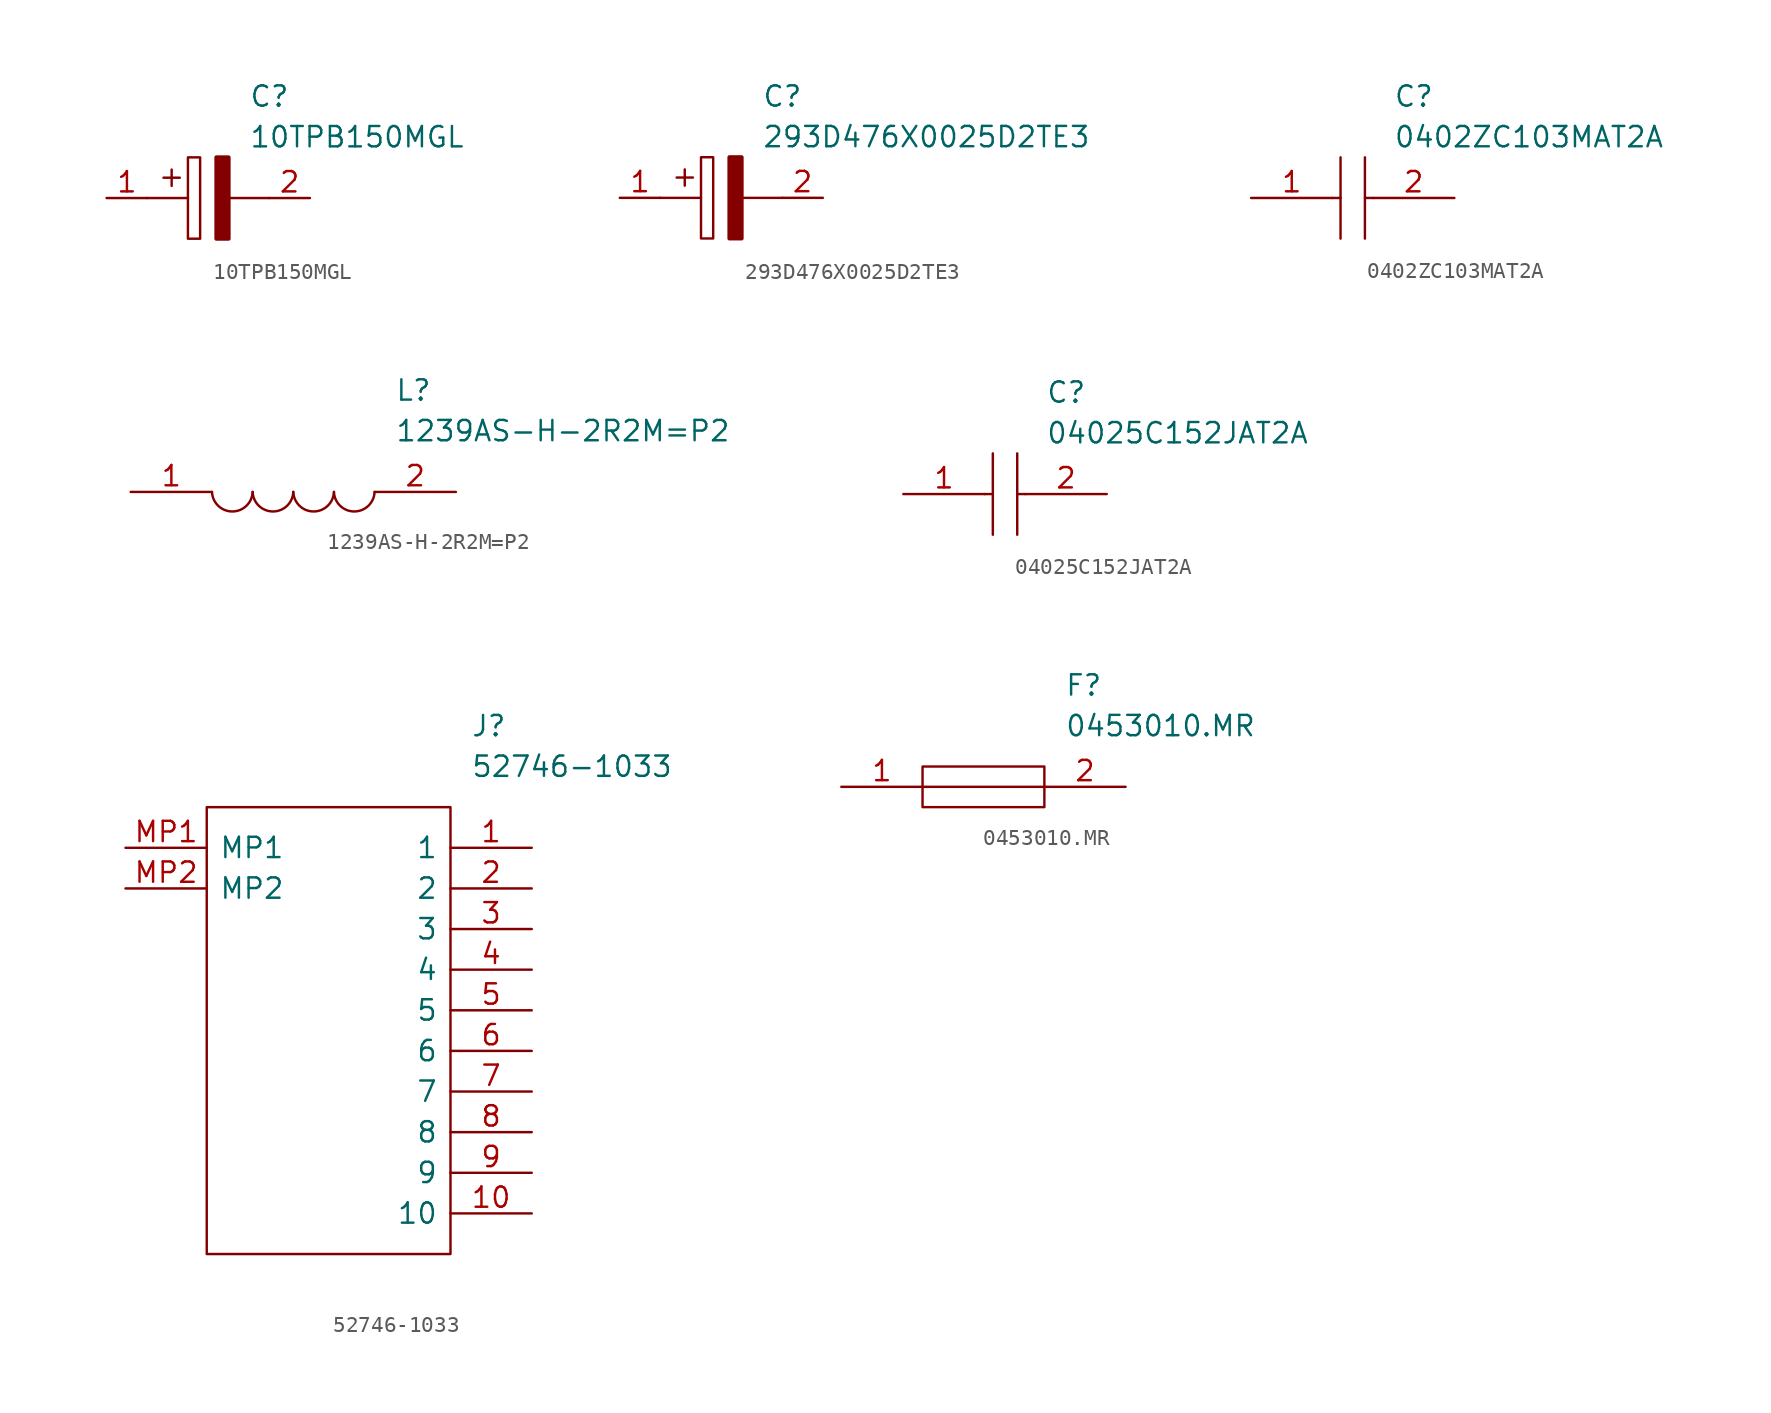
<source format=kicad_sym>
(kicad_symbol_lib
  (version 20211014)
  (generator kicad_symbol_editor)
  (symbol "10TPB150MGL"
    (pin_names
      (offset 0.762))
    (property "Reference" "C"
      (at 8.89 6.35 0)
      (effects (font (size 1.27 1.27)) (justify left)))
    (property "Value" "10TPB150MGL"
      (at 8.89 3.81 0)
      (effects (font (size 1.27 1.27)) (justify left)))
    (symbol "10TPB150MGL_0_0"
      (pin passive line (at 0 0 0) (length 2.54) (name "~" (effects (font (size 1.27 1.27)))) (number "1" (effects (font (size 1.27 1.27)))))
      (pin passive line (at 12.7 0 180) (length 2.54) (name "~" (effects (font (size 1.27 1.27)))) (number "2" (effects (font (size 1.27 1.27))))))
    (symbol "10TPB150MGL_0_1"
      (polyline (pts (xy 2.54 0) (xy 5.08 0)) (stroke (width 0.152) (type default) (color 0 0 0 0)) (fill (type none)))
      (polyline (pts (xy 4.064 1.778) (xy 4.064 0.762)) (stroke (width 0.152) (type default) (color 0 0 0 0)) (fill (type none)))
      (polyline (pts (xy 4.572 1.27) (xy 3.556 1.27)) (stroke (width 0.152) (type default) (color 0 0 0 0)) (fill (type none)))
      (polyline (pts (xy 7.62 0) (xy 10.16 0)) (stroke (width 0.152) (type default) (color 0 0 0 0)) (fill (type none)))
      (polyline (pts (xy 5.08 2.54) (xy 5.08 -2.54) (xy 5.842 -2.54) (xy 5.842 2.54) (xy 5.08 2.54)) (stroke (width 0.152) (type default) (color 0 0 0 0)) (fill (type none)))
      (polyline (pts (xy 7.62 2.54) (xy 7.62 -2.54) (xy 6.858 -2.54) (xy 6.858 2.54) (xy 7.62 2.54)) (stroke (width 0.254) (type default) (color 0 0 0 0)) (fill (type outline)))))
  (symbol "293D476X0025D2TE3"
    (pin_names
      (offset 0.762))
    (property "Reference" "C"
      (at 8.89 6.35 0)
      (effects (font (size 1.27 1.27)) (justify left)))
    (property "Value" "293D476X0025D2TE3"
      (at 8.89 3.81 0)
      (effects (font (size 1.27 1.27)) (justify left)))
    (symbol "293D476X0025D2TE3_0_0"
      (pin passive line (at 0 0 0) (length 2.54) (name "~" (effects (font (size 1.27 1.27)))) (number "1" (effects (font (size 1.27 1.27)))))
      (pin passive line (at 12.7 0 180) (length 2.54) (name "~" (effects (font (size 1.27 1.27)))) (number "2" (effects (font (size 1.27 1.27))))))
    (symbol "293D476X0025D2TE3_0_1"
      (polyline (pts (xy 2.54 0) (xy 5.08 0)) (stroke (width 0.152) (type default) (color 0 0 0 0)) (fill (type none)))
      (polyline (pts (xy 4.064 1.778) (xy 4.064 0.762)) (stroke (width 0.152) (type default) (color 0 0 0 0)) (fill (type none)))
      (polyline (pts (xy 4.572 1.27) (xy 3.556 1.27)) (stroke (width 0.152) (type default) (color 0 0 0 0)) (fill (type none)))
      (polyline (pts (xy 7.62 0) (xy 10.16 0)) (stroke (width 0.152) (type default) (color 0 0 0 0)) (fill (type none)))
      (polyline (pts (xy 5.08 2.54) (xy 5.08 -2.54) (xy 5.842 -2.54) (xy 5.842 2.54) (xy 5.08 2.54)) (stroke (width 0.152) (type default) (color 0 0 0 0)) (fill (type none)))
      (polyline (pts (xy 7.62 2.54) (xy 7.62 -2.54) (xy 6.858 -2.54) (xy 6.858 2.54) (xy 7.62 2.54)) (stroke (width 0.254) (type default) (color 0 0 0 0)) (fill (type outline)))))
  (symbol "0402ZC103MAT2A"
    (pin_names
      (offset 0.762))
    (property "Reference" "C"
      (at 8.89 6.35 0)
      (effects (font (size 1.27 1.27)) (justify left)))
    (property "Value" "0402ZC103MAT2A"
      (at 8.89 3.81 0)
      (effects (font (size 1.27 1.27)) (justify left)))
    (symbol "0402ZC103MAT2A_0_0"
      (pin passive line (at 0 0 0) (length 5.08) (name "~" (effects (font (size 1.27 1.27)))) (number "1" (effects (font (size 1.27 1.27)))))
      (pin passive line (at 12.7 0 180) (length 5.08) (name "~" (effects (font (size 1.27 1.27)))) (number "2" (effects (font (size 1.27 1.27))))))
    (symbol "0402ZC103MAT2A_0_1"
      (polyline (pts (xy 5.08 0) (xy 5.588 0)) (stroke (width 0.152) (type default) (color 0 0 0 0)) (fill (type none)))
      (polyline (pts (xy 5.588 2.54) (xy 5.588 -2.54)) (stroke (width 0.152) (type default) (color 0 0 0 0)) (fill (type none)))
      (polyline (pts (xy 7.112 0) (xy 7.62 0)) (stroke (width 0.152) (type default) (color 0 0 0 0)) (fill (type none)))
      (polyline (pts (xy 7.112 2.54) (xy 7.112 -2.54)) (stroke (width 0.152) (type default) (color 0 0 0 0)) (fill (type none)))))
  (symbol "1239AS-H-2R2M=P2"
    (pin_names
      (offset 0.762))
    (property "Reference" "L"
      (at 16.51 6.35 0)
      (effects (font (size 1.27 1.27)) (justify left)))
    (property "Value" "1239AS-H-2R2M=P2"
      (at 16.51 3.81 0)
      (effects (font (size 1.27 1.27)) (justify left)))
    (symbol "1239AS-H-2R2M=P2_0_0"
      (pin passive line (at 0 0 0) (length 5.08) (name "~" (effects (font (size 1.27 1.27)))) (number "1" (effects (font (size 1.27 1.27)))))
      (pin passive line (at 20.32 0 180) (length 5.08) (name "~" (effects (font (size 1.27 1.27)))) (number "2" (effects (font (size 1.27 1.27))))))
    (symbol "1239AS-H-2R2M=P2_0_1"
      (arc (start 5.08 0) (mid 6.35 -1.3218) (end 7.62 0) (stroke (width 0.1524) (type default) (color 0 0 0 0)) (fill (type none)))
      (arc (start 7.62 0) (mid 8.89 -1.3218) (end 10.16 0) (stroke (width 0.1524) (type default) (color 0 0 0 0)) (fill (type none)))
      (arc (start 10.16 0) (mid 11.43 -1.3218) (end 12.7 0) (stroke (width 0.1524) (type default) (color 0 0 0 0)) (fill (type none)))
      (arc (start 12.7 0) (mid 13.97 -1.3218) (end 15.24 0) (stroke (width 0.1524) (type default) (color 0 0 0 0)) (fill (type none)))))
  (symbol "04025C152JAT2A"
    (pin_names
      (offset 0.762))
    (property "Reference" "C"
      (at 8.89 6.35 0)
      (effects (font (size 1.27 1.27)) (justify left)))
    (property "Value" "04025C152JAT2A"
      (at 8.89 3.81 0)
      (effects (font (size 1.27 1.27)) (justify left)))
    (symbol "04025C152JAT2A_0_0"
      (pin passive line (at 0 0 0) (length 5.08) (name "~" (effects (font (size 1.27 1.27)))) (number "1" (effects (font (size 1.27 1.27)))))
      (pin passive line (at 12.7 0 180) (length 5.08) (name "~" (effects (font (size 1.27 1.27)))) (number "2" (effects (font (size 1.27 1.27))))))
    (symbol "04025C152JAT2A_0_1"
      (polyline (pts (xy 5.08 0) (xy 5.588 0)) (stroke (width 0.152) (type default) (color 0 0 0 0)) (fill (type none)))
      (polyline (pts (xy 5.588 2.54) (xy 5.588 -2.54)) (stroke (width 0.152) (type default) (color 0 0 0 0)) (fill (type none)))
      (polyline (pts (xy 7.112 0) (xy 7.62 0)) (stroke (width 0.152) (type default) (color 0 0 0 0)) (fill (type none)))
      (polyline (pts (xy 7.112 2.54) (xy 7.112 -2.54)) (stroke (width 0.152) (type default) (color 0 0 0 0)) (fill (type none)))))
  (symbol "52746-1033"
    (pin_names
      (offset 0.762))
    (property "Reference" "J"
      (at 21.59 7.62 0)
      (effects (font (size 1.27 1.27)) (justify left)))
    (property "Value" "52746-1033"
      (at 21.59 5.08 0)
      (effects (font (size 1.27 1.27)) (justify left)))
    (symbol "52746-1033_0_0"
      (pin passive line (at 25.4 0 180) (length 5.08) (name "1" (effects (font (size 1.27 1.27)))) (number "1" (effects (font (size 1.27 1.27)))))
      (pin passive line (at 25.4 -22.86 180) (length 5.08) (name "10" (effects (font (size 1.27 1.27)))) (number "10" (effects (font (size 1.27 1.27)))))
      (pin passive line (at 25.4 -2.54 180) (length 5.08) (name "2" (effects (font (size 1.27 1.27)))) (number "2" (effects (font (size 1.27 1.27)))))
      (pin passive line (at 25.4 -5.08 180) (length 5.08) (name "3" (effects (font (size 1.27 1.27)))) (number "3" (effects (font (size 1.27 1.27)))))
      (pin passive line (at 25.4 -7.62 180) (length 5.08) (name "4" (effects (font (size 1.27 1.27)))) (number "4" (effects (font (size 1.27 1.27)))))
      (pin passive line (at 25.4 -10.16 180) (length 5.08) (name "5" (effects (font (size 1.27 1.27)))) (number "5" (effects (font (size 1.27 1.27)))))
      (pin passive line (at 25.4 -12.7 180) (length 5.08) (name "6" (effects (font (size 1.27 1.27)))) (number "6" (effects (font (size 1.27 1.27)))))
      (pin passive line (at 25.4 -15.24 180) (length 5.08) (name "7" (effects (font (size 1.27 1.27)))) (number "7" (effects (font (size 1.27 1.27)))))
      (pin passive line (at 25.4 -17.78 180) (length 5.08) (name "8" (effects (font (size 1.27 1.27)))) (number "8" (effects (font (size 1.27 1.27)))))
      (pin passive line (at 25.4 -20.32 180) (length 5.08) (name "9" (effects (font (size 1.27 1.27)))) (number "9" (effects (font (size 1.27 1.27)))))
      (pin passive line (at 0 0 0) (length 5.08) (name "MP1" (effects (font (size 1.27 1.27)))) (number "MP1" (effects (font (size 1.27 1.27)))))
      (pin passive line (at 0 -2.54 0) (length 5.08) (name "MP2" (effects (font (size 1.27 1.27)))) (number "MP2" (effects (font (size 1.27 1.27))))))
    (symbol "52746-1033_0_1"
      (polyline (pts (xy 5.08 2.54) (xy 20.32 2.54) (xy 20.32 -25.4) (xy 5.08 -25.4) (xy 5.08 2.54)) (stroke (width 0.152) (type default) (color 0 0 0 0)) (fill (type none)))))
  (symbol "0453010.MR"
    (pin_names
      (offset 0.762))
    (property "Reference" "F"
      (at 13.97 6.35 0)
      (effects (font (size 1.27 1.27)) (justify left)))
    (property "Value" "0453010.MR"
      (at 13.97 3.81 0)
      (effects (font (size 1.27 1.27)) (justify left)))
    (symbol "0453010.MR_0_0"
      (pin passive line (at 0 0 0) (length 5.08) (name "~" (effects (font (size 1.27 1.27)))) (number "1" (effects (font (size 1.27 1.27)))))
      (pin passive line (at 17.78 0 180) (length 5.08) (name "~" (effects (font (size 1.27 1.27)))) (number "2" (effects (font (size 1.27 1.27))))))
    (symbol "0453010.MR_0_1"
      (polyline (pts (xy 5.08 0) (xy 12.7 0)) (stroke (width 0.152) (type default) (color 0 0 0 0)) (fill (type none)))
      (polyline (pts (xy 5.08 1.27) (xy 12.7 1.27) (xy 12.7 -1.27) (xy 5.08 -1.27) (xy 5.08 1.27)) (stroke (width 0.152) (type default) (color 0 0 0 0)) (fill (type none))))))
</source>
